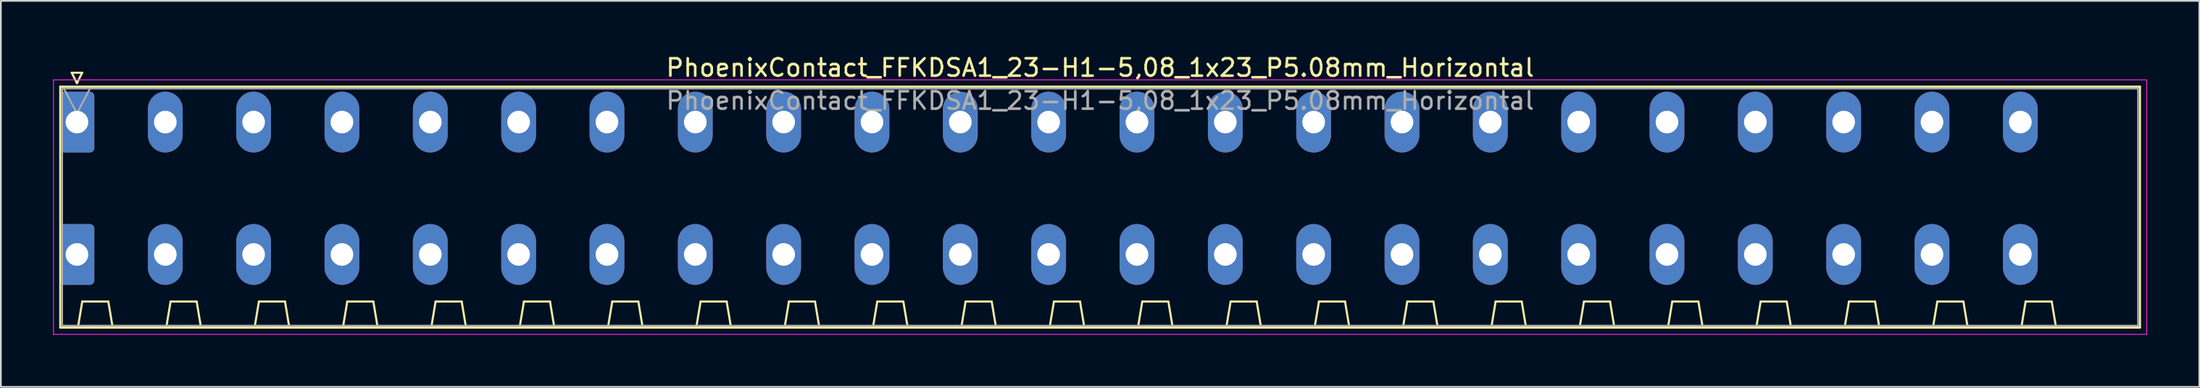
<source format=kicad_pcb>
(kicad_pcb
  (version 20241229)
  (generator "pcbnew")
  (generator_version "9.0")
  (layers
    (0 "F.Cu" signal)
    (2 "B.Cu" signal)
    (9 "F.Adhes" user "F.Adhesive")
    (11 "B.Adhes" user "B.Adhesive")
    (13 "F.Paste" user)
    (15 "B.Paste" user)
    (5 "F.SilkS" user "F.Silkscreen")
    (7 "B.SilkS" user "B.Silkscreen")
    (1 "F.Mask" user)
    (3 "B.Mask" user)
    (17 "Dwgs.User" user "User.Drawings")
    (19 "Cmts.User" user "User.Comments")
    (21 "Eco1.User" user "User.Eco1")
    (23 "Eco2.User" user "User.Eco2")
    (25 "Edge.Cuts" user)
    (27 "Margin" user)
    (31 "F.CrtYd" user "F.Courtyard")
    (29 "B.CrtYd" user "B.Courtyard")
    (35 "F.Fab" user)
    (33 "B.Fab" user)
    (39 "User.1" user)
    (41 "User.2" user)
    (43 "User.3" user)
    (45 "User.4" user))
  (footprint "PhoenixContact_FFKDSA1_23-H1-5,08_1x23_P5.08mm_Horizontal"
    (layer "F.Cu")
    (at 1.375 3.978)
    (property "Reference" "PhoenixContact_FFKDSA1_23-H1-5,08_1x23_P5.08mm_Horizontal" (at 58.84 -3.13 0) (layer "F.SilkS") (effects (font (size 1 1) (thickness 0.15))))
    (attr through_hole)
    (fp_line (start -0.96 -2.04) (end -0.96 11.83) (stroke (width 0.12) (type solid)) (layer "F.SilkS"))
    (fp_line (start -0.96 11.83) (end 118.64 11.83) (stroke (width 0.12) (type solid)) (layer "F.SilkS"))
    (fp_line (start -0.3 -2.84) (end 0.3 -2.84) (stroke (width 0.12) (type solid)) (layer "F.SilkS"))
    (fp_line (start 0 -2.24) (end -0.3 -2.84) (stroke (width 0.12) (type solid)) (layer "F.SilkS"))
    (fp_line (start 0.055 11.83) (end 2.055 11.83) (stroke (width 0.12) (type solid)) (layer "F.SilkS"))
    (fp_line (start 0.3 -2.84) (end 0 -2.24) (stroke (width 0.12) (type solid)) (layer "F.SilkS"))
    (fp_line (start 0.305 10.33) (end 0.055 11.83) (stroke (width 0.12) (type solid)) (layer "F.SilkS"))
    (fp_line (start 1.805 10.33) (end 0.305 10.33) (stroke (width 0.12) (type solid)) (layer "F.SilkS"))
    (fp_line (start 2.055 11.83) (end 1.805 10.33) (stroke (width 0.12) (type solid)) (layer "F.SilkS"))
    (fp_line (start 5.135 11.83) (end 7.135 11.83) (stroke (width 0.12) (type solid)) (layer "F.SilkS"))
    (fp_line (start 5.385 10.33) (end 5.135 11.83) (stroke (width 0.12) (type solid)) (layer "F.SilkS"))
    (fp_line (start 6.885 10.33) (end 5.385 10.33) (stroke (width 0.12) (type solid)) (layer "F.SilkS"))
    (fp_line (start 7.135 11.83) (end 6.885 10.33) (stroke (width 0.12) (type solid)) (layer "F.SilkS"))
    (fp_line (start 10.215 11.83) (end 12.215 11.83) (stroke (width 0.12) (type solid)) (layer "F.SilkS"))
    (fp_line (start 10.465 10.33) (end 10.215 11.83) (stroke (width 0.12) (type solid)) (layer "F.SilkS"))
    (fp_line (start 11.965 10.33) (end 10.465 10.33) (stroke (width 0.12) (type solid)) (layer "F.SilkS"))
    (fp_line (start 12.215 11.83) (end 11.965 10.33) (stroke (width 0.12) (type solid)) (layer "F.SilkS"))
    (fp_line (start 15.295 11.83) (end 17.295 11.83) (stroke (width 0.12) (type solid)) (layer "F.SilkS"))
    (fp_line (start 15.545 10.33) (end 15.295 11.83) (stroke (width 0.12) (type solid)) (layer "F.SilkS"))
    (fp_line (start 17.045 10.33) (end 15.545 10.33) (stroke (width 0.12) (type solid)) (layer "F.SilkS"))
    (fp_line (start 17.295 11.83) (end 17.045 10.33) (stroke (width 0.12) (type solid)) (layer "F.SilkS"))
    (fp_line (start 20.375 11.83) (end 22.375 11.83) (stroke (width 0.12) (type solid)) (layer "F.SilkS"))
    (fp_line (start 20.625 10.33) (end 20.375 11.83) (stroke (width 0.12) (type solid)) (layer "F.SilkS"))
    (fp_line (start 22.125 10.33) (end 20.625 10.33) (stroke (width 0.12) (type solid)) (layer "F.SilkS"))
    (fp_line (start 22.375 11.83) (end 22.125 10.33) (stroke (width 0.12) (type solid)) (layer "F.SilkS"))
    (fp_line (start 25.455 11.83) (end 27.455 11.83) (stroke (width 0.12) (type solid)) (layer "F.SilkS"))
    (fp_line (start 25.705 10.33) (end 25.455 11.83) (stroke (width 0.12) (type solid)) (layer "F.SilkS"))
    (fp_line (start 27.205 10.33) (end 25.705 10.33) (stroke (width 0.12) (type solid)) (layer "F.SilkS"))
    (fp_line (start 27.455 11.83) (end 27.205 10.33) (stroke (width 0.12) (type solid)) (layer "F.SilkS"))
    (fp_line (start 30.535 11.83) (end 32.535 11.83) (stroke (width 0.12) (type solid)) (layer "F.SilkS"))
    (fp_line (start 30.785 10.33) (end 30.535 11.83) (stroke (width 0.12) (type solid)) (layer "F.SilkS"))
    (fp_line (start 32.285 10.33) (end 30.785 10.33) (stroke (width 0.12) (type solid)) (layer "F.SilkS"))
    (fp_line (start 32.535 11.83) (end 32.285 10.33) (stroke (width 0.12) (type solid)) (layer "F.SilkS"))
    (fp_line (start 35.615 11.83) (end 37.615 11.83) (stroke (width 0.12) (type solid)) (layer "F.SilkS"))
    (fp_line (start 35.865 10.33) (end 35.615 11.83) (stroke (width 0.12) (type solid)) (layer "F.SilkS"))
    (fp_line (start 37.365 10.33) (end 35.865 10.33) (stroke (width 0.12) (type solid)) (layer "F.SilkS"))
    (fp_line (start 37.615 11.83) (end 37.365 10.33) (stroke (width 0.12) (type solid)) (layer "F.SilkS"))
    (fp_line (start 40.695 11.83) (end 42.695 11.83) (stroke (width 0.12) (type solid)) (layer "F.SilkS"))
    (fp_line (start 40.945 10.33) (end 40.695 11.83) (stroke (width 0.12) (type solid)) (layer "F.SilkS"))
    (fp_line (start 42.445 10.33) (end 40.945 10.33) (stroke (width 0.12) (type solid)) (layer "F.SilkS"))
    (fp_line (start 42.695 11.83) (end 42.445 10.33) (stroke (width 0.12) (type solid)) (layer "F.SilkS"))
    (fp_line (start 45.775 11.83) (end 47.775 11.83) (stroke (width 0.12) (type solid)) (layer "F.SilkS"))
    (fp_line (start 46.025 10.33) (end 45.775 11.83) (stroke (width 0.12) (type solid)) (layer "F.SilkS"))
    (fp_line (start 47.525 10.33) (end 46.025 10.33) (stroke (width 0.12) (type solid)) (layer "F.SilkS"))
    (fp_line (start 47.775 11.83) (end 47.525 10.33) (stroke (width 0.12) (type solid)) (layer "F.SilkS"))
    (fp_line (start 50.855 11.83) (end 52.855 11.83) (stroke (width 0.12) (type solid)) (layer "F.SilkS"))
    (fp_line (start 51.105 10.33) (end 50.855 11.83) (stroke (width 0.12) (type solid)) (layer "F.SilkS"))
    (fp_line (start 52.605 10.33) (end 51.105 10.33) (stroke (width 0.12) (type solid)) (layer "F.SilkS"))
    (fp_line (start 52.855 11.83) (end 52.605 10.33) (stroke (width 0.12) (type solid)) (layer "F.SilkS"))
    (fp_line (start 55.935 11.83) (end 57.935 11.83) (stroke (width 0.12) (type solid)) (layer "F.SilkS"))
    (fp_line (start 56.185 10.33) (end 55.935 11.83) (stroke (width 0.12) (type solid)) (layer "F.SilkS"))
    (fp_line (start 57.685 10.33) (end 56.185 10.33) (stroke (width 0.12) (type solid)) (layer "F.SilkS"))
    (fp_line (start 57.935 11.83) (end 57.685 10.33) (stroke (width 0.12) (type solid)) (layer "F.SilkS"))
    (fp_line (start 61.015 11.83) (end 63.015 11.83) (stroke (width 0.12) (type solid)) (layer "F.SilkS"))
    (fp_line (start 61.265 10.33) (end 61.015 11.83) (stroke (width 0.12) (type solid)) (layer "F.SilkS"))
    (fp_line (start 62.765 10.33) (end 61.265 10.33) (stroke (width 0.12) (type solid)) (layer "F.SilkS"))
    (fp_line (start 63.015 11.83) (end 62.765 10.33) (stroke (width 0.12) (type solid)) (layer "F.SilkS"))
    (fp_line (start 66.095 11.83) (end 68.095 11.83) (stroke (width 0.12) (type solid)) (layer "F.SilkS"))
    (fp_line (start 66.345 10.33) (end 66.095 11.83) (stroke (width 0.12) (type solid)) (layer "F.SilkS"))
    (fp_line (start 67.845 10.33) (end 66.345 10.33) (stroke (width 0.12) (type solid)) (layer "F.SilkS"))
    (fp_line (start 68.095 11.83) (end 67.845 10.33) (stroke (width 0.12) (type solid)) (layer "F.SilkS"))
    (fp_line (start 71.175 11.83) (end 73.175 11.83) (stroke (width 0.12) (type solid)) (layer "F.SilkS"))
    (fp_line (start 71.425 10.33) (end 71.175 11.83) (stroke (width 0.12) (type solid)) (layer "F.SilkS"))
    (fp_line (start 72.925 10.33) (end 71.425 10.33) (stroke (width 0.12) (type solid)) (layer "F.SilkS"))
    (fp_line (start 73.175 11.83) (end 72.925 10.33) (stroke (width 0.12) (type solid)) (layer "F.SilkS"))
    (fp_line (start 76.255 11.83) (end 78.255 11.83) (stroke (width 0.12) (type solid)) (layer "F.SilkS"))
    (fp_line (start 76.505 10.33) (end 76.255 11.83) (stroke (width 0.12) (type solid)) (layer "F.SilkS"))
    (fp_line (start 78.005 10.33) (end 76.505 10.33) (stroke (width 0.12) (type solid)) (layer "F.SilkS"))
    (fp_line (start 78.255 11.83) (end 78.005 10.33) (stroke (width 0.12) (type solid)) (layer "F.SilkS"))
    (fp_line (start 81.335 11.83) (end 83.335 11.83) (stroke (width 0.12) (type solid)) (layer "F.SilkS"))
    (fp_line (start 81.585 10.33) (end 81.335 11.83) (stroke (width 0.12) (type solid)) (layer "F.SilkS"))
    (fp_line (start 83.085 10.33) (end 81.585 10.33) (stroke (width 0.12) (type solid)) (layer "F.SilkS"))
    (fp_line (start 83.335 11.83) (end 83.085 10.33) (stroke (width 0.12) (type solid)) (layer "F.SilkS"))
    (fp_line (start 86.415 11.83) (end 88.415 11.83) (stroke (width 0.12) (type solid)) (layer "F.SilkS"))
    (fp_line (start 86.665 10.33) (end 86.415 11.83) (stroke (width 0.12) (type solid)) (layer "F.SilkS"))
    (fp_line (start 88.165 10.33) (end 86.665 10.33) (stroke (width 0.12) (type solid)) (layer "F.SilkS"))
    (fp_line (start 88.415 11.83) (end 88.165 10.33) (stroke (width 0.12) (type solid)) (layer "F.SilkS"))
    (fp_line (start 91.495 11.83) (end 93.495 11.83) (stroke (width 0.12) (type solid)) (layer "F.SilkS"))
    (fp_line (start 91.745 10.33) (end 91.495 11.83) (stroke (width 0.12) (type solid)) (layer "F.SilkS"))
    (fp_line (start 93.245 10.33) (end 91.745 10.33) (stroke (width 0.12) (type solid)) (layer "F.SilkS"))
    (fp_line (start 93.495 11.83) (end 93.245 10.33) (stroke (width 0.12) (type solid)) (layer "F.SilkS"))
    (fp_line (start 96.575 11.83) (end 98.575 11.83) (stroke (width 0.12) (type solid)) (layer "F.SilkS"))
    (fp_line (start 96.825 10.33) (end 96.575 11.83) (stroke (width 0.12) (type solid)) (layer "F.SilkS"))
    (fp_line (start 98.325 10.33) (end 96.825 10.33) (stroke (width 0.12) (type solid)) (layer "F.SilkS"))
    (fp_line (start 98.575 11.83) (end 98.325 10.33) (stroke (width 0.12) (type solid)) (layer "F.SilkS"))
    (fp_line (start 101.655 11.83) (end 103.655 11.83) (stroke (width 0.12) (type solid)) (layer "F.SilkS"))
    (fp_line (start 101.905 10.33) (end 101.655 11.83) (stroke (width 0.12) (type solid)) (layer "F.SilkS"))
    (fp_line (start 103.405 10.33) (end 101.905 10.33) (stroke (width 0.12) (type solid)) (layer "F.SilkS"))
    (fp_line (start 103.655 11.83) (end 103.405 10.33) (stroke (width 0.12) (type solid)) (layer "F.SilkS"))
    (fp_line (start 106.735 11.83) (end 108.735 11.83) (stroke (width 0.12) (type solid)) (layer "F.SilkS"))
    (fp_line (start 106.985 10.33) (end 106.735 11.83) (stroke (width 0.12) (type solid)) (layer "F.SilkS"))
    (fp_line (start 108.485 10.33) (end 106.985 10.33) (stroke (width 0.12) (type solid)) (layer "F.SilkS"))
    (fp_line (start 108.735 11.83) (end 108.485 10.33) (stroke (width 0.12) (type solid)) (layer "F.SilkS"))
    (fp_line (start 111.815 11.83) (end 113.815 11.83) (stroke (width 0.12) (type solid)) (layer "F.SilkS"))
    (fp_line (start 112.065 10.33) (end 111.815 11.83) (stroke (width 0.12) (type solid)) (layer "F.SilkS"))
    (fp_line (start 113.565 10.33) (end 112.065 10.33) (stroke (width 0.12) (type solid)) (layer "F.SilkS"))
    (fp_line (start 113.815 11.83) (end 113.565 10.33) (stroke (width 0.12) (type solid)) (layer "F.SilkS"))
    (fp_line (start 118.64 -2.04) (end -0.96 -2.04) (stroke (width 0.12) (type solid)) (layer "F.SilkS"))
    (fp_line (start 118.64 11.83) (end 118.64 -2.04) (stroke (width 0.12) (type solid)) (layer "F.SilkS"))
    (fp_line (start -1.35 -2.43) (end -1.35 12.22) (stroke (width 0.05) (type solid)) (layer "F.CrtYd"))
    (fp_line (start -1.35 12.22) (end 119.03 12.22) (stroke (width 0.05) (type solid)) (layer "F.CrtYd"))
    (fp_line (start 119.03 -2.43) (end -1.35 -2.43) (stroke (width 0.05) (type solid)) (layer "F.CrtYd"))
    (fp_line (start 119.03 12.22) (end 119.03 -2.43) (stroke (width 0.05) (type solid)) (layer "F.CrtYd"))
    (fp_line (start -0.85 -1.93) (end -0.85 11.72) (stroke (width 0.1) (type solid)) (layer "F.Fab"))
    (fp_line (start -0.85 11.72) (end 118.53 11.72) (stroke (width 0.1) (type solid)) (layer "F.Fab"))
    (fp_line (start 0 -0.5) (end -0.75 -1.93) (stroke (width 0.1) (type solid)) (layer "F.Fab"))
    (fp_line (start 0.75 -1.93) (end 0 -0.5) (stroke (width 0.1) (type solid)) (layer "F.Fab"))
    (fp_line (start 118.53 -1.93) (end -0.85 -1.93) (stroke (width 0.1) (type solid)) (layer "F.Fab"))
    (fp_line (start 118.53 11.72) (end 118.53 -1.93) (stroke (width 0.1) (type solid)) (layer "F.Fab"))
    (fp_text user "${REFERENCE}" (at 58.84 -1.23 0) (layer "F.Fab") (effects (font (size 1 1) (thickness 0.15))))
    (pad "1" thru_hole roundrect (at 0 0) (size 2 3.5) (drill 1.3) (layers "*.Cu" "*.Mask") (roundrect_rratio 0.125))
    (pad "1" thru_hole roundrect (at 0 7.62) (size 2 3.5) (drill 1.3) (layers "*.Cu" "*.Mask") (roundrect_rratio 0.125))
    (pad "2" thru_hole oval (at 5.08 0) (size 2 3.5) (drill 1.3) (layers "*.Cu" "*.Mask"))
    (pad "2" thru_hole oval (at 5.08 7.62) (size 2 3.5) (drill 1.3) (layers "*.Cu" "*.Mask"))
    (pad "3" thru_hole oval (at 10.16 0) (size 2 3.5) (drill 1.3) (layers "*.Cu" "*.Mask"))
    (pad "3" thru_hole oval (at 10.16 7.62) (size 2 3.5) (drill 1.3) (layers "*.Cu" "*.Mask"))
    (pad "4" thru_hole oval (at 15.24 0) (size 2 3.5) (drill 1.3) (layers "*.Cu" "*.Mask"))
    (pad "4" thru_hole oval (at 15.24 7.62) (size 2 3.5) (drill 1.3) (layers "*.Cu" "*.Mask"))
    (pad "5" thru_hole oval (at 20.32 0) (size 2 3.5) (drill 1.3) (layers "*.Cu" "*.Mask"))
    (pad "5" thru_hole oval (at 20.32 7.62) (size 2 3.5) (drill 1.3) (layers "*.Cu" "*.Mask"))
    (pad "6" thru_hole oval (at 25.4 0) (size 2 3.5) (drill 1.3) (layers "*.Cu" "*.Mask"))
    (pad "6" thru_hole oval (at 25.4 7.62) (size 2 3.5) (drill 1.3) (layers "*.Cu" "*.Mask"))
    (pad "7" thru_hole oval (at 30.48 0) (size 2 3.5) (drill 1.3) (layers "*.Cu" "*.Mask"))
    (pad "7" thru_hole oval (at 30.48 7.62) (size 2 3.5) (drill 1.3) (layers "*.Cu" "*.Mask"))
    (pad "8" thru_hole oval (at 35.56 0) (size 2 3.5) (drill 1.3) (layers "*.Cu" "*.Mask"))
    (pad "8" thru_hole oval (at 35.56 7.62) (size 2 3.5) (drill 1.3) (layers "*.Cu" "*.Mask"))
    (pad "9" thru_hole oval (at 40.64 0) (size 2 3.5) (drill 1.3) (layers "*.Cu" "*.Mask"))
    (pad "9" thru_hole oval (at 40.64 7.62) (size 2 3.5) (drill 1.3) (layers "*.Cu" "*.Mask"))
    (pad "10" thru_hole oval (at 45.72 0) (size 2 3.5) (drill 1.3) (layers "*.Cu" "*.Mask"))
    (pad "10" thru_hole oval (at 45.72 7.62) (size 2 3.5) (drill 1.3) (layers "*.Cu" "*.Mask"))
    (pad "11" thru_hole oval (at 50.8 0) (size 2 3.5) (drill 1.3) (layers "*.Cu" "*.Mask"))
    (pad "11" thru_hole oval (at 50.8 7.62) (size 2 3.5) (drill 1.3) (layers "*.Cu" "*.Mask"))
    (pad "12" thru_hole oval (at 55.88 0) (size 2 3.5) (drill 1.3) (layers "*.Cu" "*.Mask"))
    (pad "12" thru_hole oval (at 55.88 7.62) (size 2 3.5) (drill 1.3) (layers "*.Cu" "*.Mask"))
    (pad "13" thru_hole oval (at 60.96 0) (size 2 3.5) (drill 1.3) (layers "*.Cu" "*.Mask"))
    (pad "13" thru_hole oval (at 60.96 7.62) (size 2 3.5) (drill 1.3) (layers "*.Cu" "*.Mask"))
    (pad "14" thru_hole oval (at 66.04 0) (size 2 3.5) (drill 1.3) (layers "*.Cu" "*.Mask"))
    (pad "14" thru_hole oval (at 66.04 7.62) (size 2 3.5) (drill 1.3) (layers "*.Cu" "*.Mask"))
    (pad "15" thru_hole oval (at 71.12 0) (size 2 3.5) (drill 1.3) (layers "*.Cu" "*.Mask"))
    (pad "15" thru_hole oval (at 71.12 7.62) (size 2 3.5) (drill 1.3) (layers "*.Cu" "*.Mask"))
    (pad "16" thru_hole oval (at 76.2 0) (size 2 3.5) (drill 1.3) (layers "*.Cu" "*.Mask"))
    (pad "16" thru_hole oval (at 76.2 7.62) (size 2 3.5) (drill 1.3) (layers "*.Cu" "*.Mask"))
    (pad "17" thru_hole oval (at 81.28 0) (size 2 3.5) (drill 1.3) (layers "*.Cu" "*.Mask"))
    (pad "17" thru_hole oval (at 81.28 7.62) (size 2 3.5) (drill 1.3) (layers "*.Cu" "*.Mask"))
    (pad "18" thru_hole oval (at 86.36 0) (size 2 3.5) (drill 1.3) (layers "*.Cu" "*.Mask"))
    (pad "18" thru_hole oval (at 86.36 7.62) (size 2 3.5) (drill 1.3) (layers "*.Cu" "*.Mask"))
    (pad "19" thru_hole oval (at 91.44 0) (size 2 3.5) (drill 1.3) (layers "*.Cu" "*.Mask"))
    (pad "19" thru_hole oval (at 91.44 7.62) (size 2 3.5) (drill 1.3) (layers "*.Cu" "*.Mask"))
    (pad "20" thru_hole oval (at 96.52 0) (size 2 3.5) (drill 1.3) (layers "*.Cu" "*.Mask"))
    (pad "20" thru_hole oval (at 96.52 7.62) (size 2 3.5) (drill 1.3) (layers "*.Cu" "*.Mask"))
    (pad "21" thru_hole oval (at 101.6 0) (size 2 3.5) (drill 1.3) (layers "*.Cu" "*.Mask"))
    (pad "21" thru_hole oval (at 101.6 7.62) (size 2 3.5) (drill 1.3) (layers "*.Cu" "*.Mask"))
    (pad "22" thru_hole oval (at 106.68 0) (size 2 3.5) (drill 1.3) (layers "*.Cu" "*.Mask"))
    (pad "22" thru_hole oval (at 106.68 7.62) (size 2 3.5) (drill 1.3) (layers "*.Cu" "*.Mask"))
    (pad "23" thru_hole oval (at 111.76 0) (size 2 3.5) (drill 1.3) (layers "*.Cu" "*.Mask"))
    (pad "23" thru_hole oval (at 111.76 7.62) (size 2 3.5) (drill 1.3) (layers "*.Cu" "*.Mask")))
  (gr_rect
    (start -3 -3)
    (end 123.43 19.223)
    (stroke (width 0.1) (type default))
    (fill no)
    (layer "Edge.Cuts")))
</source>
